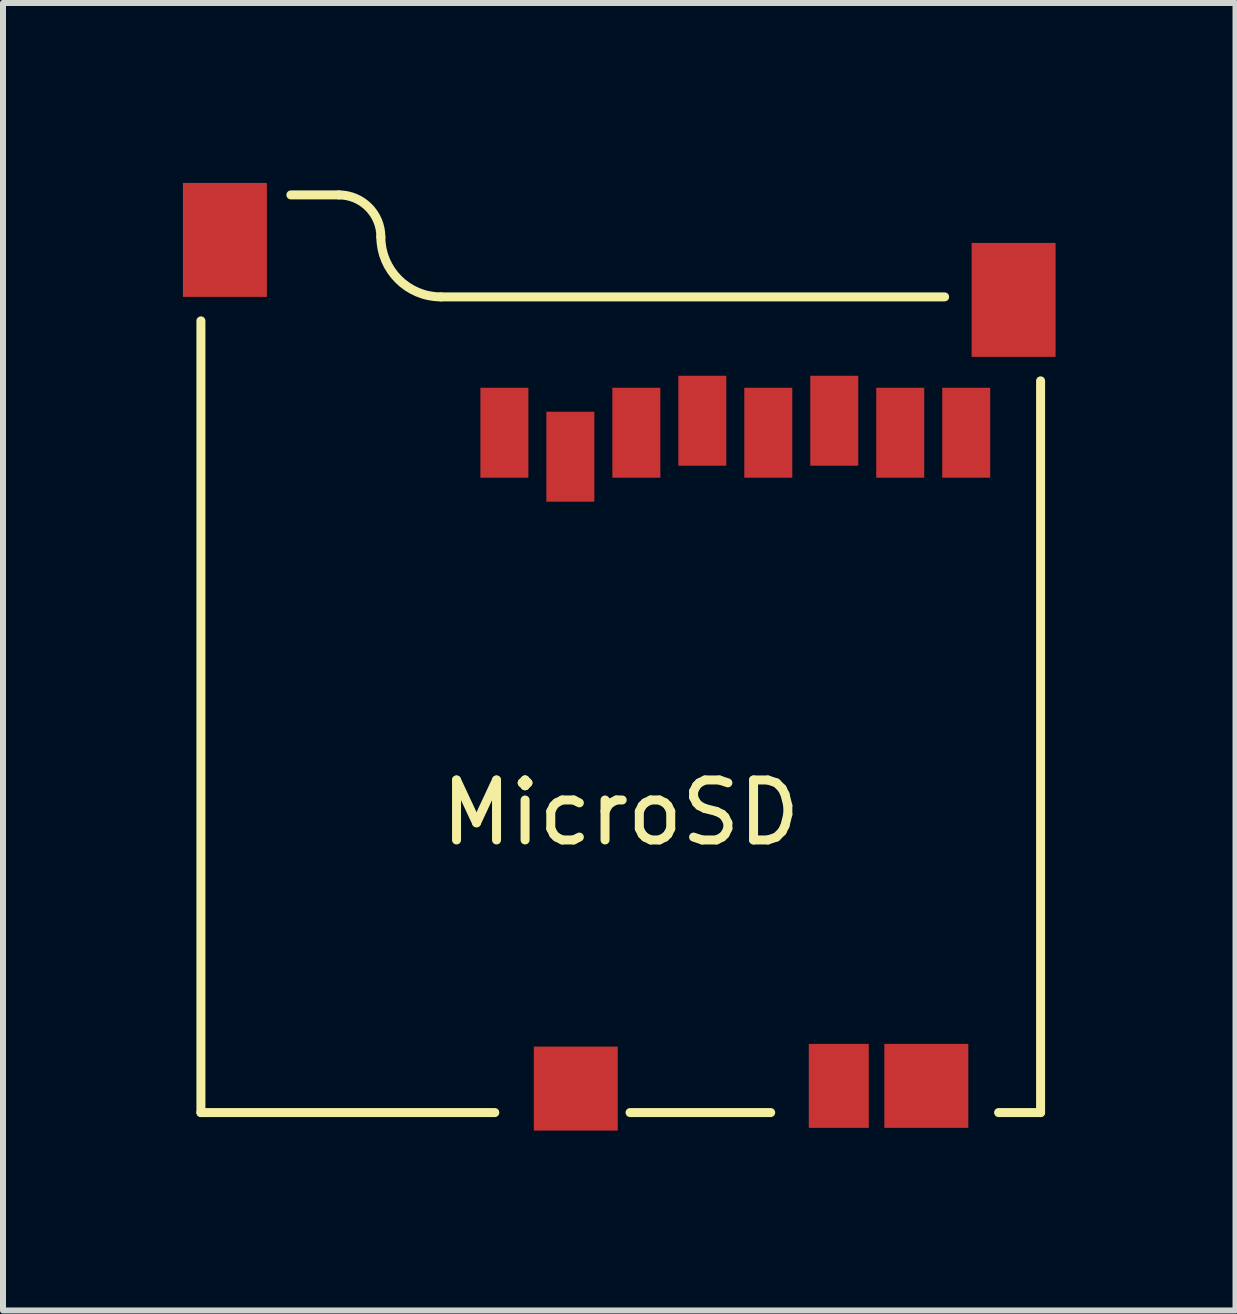
<source format=kicad_pcb>
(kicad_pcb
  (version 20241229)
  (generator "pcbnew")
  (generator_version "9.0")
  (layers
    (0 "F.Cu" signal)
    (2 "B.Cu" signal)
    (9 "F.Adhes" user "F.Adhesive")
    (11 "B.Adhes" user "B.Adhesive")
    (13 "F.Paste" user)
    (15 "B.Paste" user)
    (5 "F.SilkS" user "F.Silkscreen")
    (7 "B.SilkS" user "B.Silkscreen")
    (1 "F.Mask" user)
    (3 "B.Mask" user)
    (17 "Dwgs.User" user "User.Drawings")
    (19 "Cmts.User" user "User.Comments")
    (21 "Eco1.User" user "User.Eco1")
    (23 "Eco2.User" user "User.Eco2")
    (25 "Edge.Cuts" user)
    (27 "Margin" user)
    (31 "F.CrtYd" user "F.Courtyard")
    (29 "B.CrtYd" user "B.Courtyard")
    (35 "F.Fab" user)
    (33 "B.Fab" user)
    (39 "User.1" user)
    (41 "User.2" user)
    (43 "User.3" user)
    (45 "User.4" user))
  (footprint "MicroSD"
    (layer "F.Cu")
    (at 14.3 15.5)
    (property "Reference" "MicroSD" (at -7 -5 0) (layer "F.SilkS") (effects (font (size 1 1) (thickness 0.15))))
    (attr through_hole)
    (fp_line (start -14 0) (end -14 -13.2) (stroke (width 0.15) (type solid)) (layer "F.SilkS"))
    (fp_line (start -14 0) (end -9.1 0) (stroke (width 0.15) (type solid)) (layer "F.SilkS"))
    (fp_line (start -12.5 -15.3) (end -11.7 -15.3) (stroke (width 0.15) (type solid)) (layer "F.SilkS"))
    (fp_line (start -10 -13.6) (end -1.6 -13.6) (stroke (width 0.15) (type solid)) (layer "F.SilkS"))
    (fp_line (start -6.845 0) (end -4.5 0) (stroke (width 0.15) (type solid)) (layer "F.SilkS"))
    (fp_line (start -0.7 0) (end 0 0) (stroke (width 0.15) (type solid)) (layer "F.SilkS"))
    (fp_line (start 0 0) (end 0 -12.2) (stroke (width 0.15) (type solid)) (layer "F.SilkS"))
    (fp_arc (start -11.7 -15.3) (mid -11.205025 -15.094975) (end -11 -14.6) (stroke (width 0.15) (type solid)) (layer "F.SilkS"))
    (fp_arc (start -10 -13.6) (mid -10.707107 -13.892893) (end -11 -14.6) (stroke (width 0.15) (type solid)) (layer "F.SilkS"))
    (pad "1" smd rect (at -8.94 -11.335 90) (size 1.5 0.8) (layers "F.Cu" "F.Mask" "F.Paste"))
    (pad "2" smd rect (at -7.84 -10.935 90) (size 1.5 0.8) (layers "F.Cu" "F.Mask" "F.Paste"))
    (pad "3" smd rect (at -6.74 -11.335 90) (size 1.5 0.8) (layers "F.Cu" "F.Mask" "F.Paste"))
    (pad "4" smd rect (at -5.64 -11.535 90) (size 1.5 0.8) (layers "F.Cu" "F.Mask" "F.Paste"))
    (pad "5" smd rect (at -4.54 -11.335 90) (size 1.5 0.8) (layers "F.Cu" "F.Mask" "F.Paste"))
    (pad "6" smd rect (at -3.44 -11.535 90) (size 1.5 0.8) (layers "F.Cu" "F.Mask" "F.Paste"))
    (pad "7" smd rect (at -2.34 -11.335 90) (size 1.5 0.8) (layers "F.Cu" "F.Mask" "F.Paste"))
    (pad "8" smd rect (at -1.24 -11.335 90) (size 1.5 0.8) (layers "F.Cu" "F.Mask" "F.Paste"))
    (pad "9" smd rect (at -3.365 -0.445) (size 1 1.4) (layers "F.Cu" "F.Mask" "F.Paste"))
    (pad "10" smd rect (at -13.6 -14.55 90) (size 1.9 1.4) (layers "F.Cu" "F.Mask" "F.Paste"))
    (pad "10" smd rect (at -7.75 -0.4) (size 1.4 1.4) (layers "F.Cu" "F.Mask" "F.Paste"))
    (pad "10" smd rect (at -1.905 -0.445) (size 1.4 1.4) (layers "F.Cu" "F.Mask" "F.Paste"))
    (pad "10" smd rect (at -0.45 -13.55 90) (size 1.9 1.4) (layers "F.Cu" "F.Mask" "F.Paste")))
  (gr_rect
    (start -3 -3)
    (end 17.55 18.8)
    (stroke (width 0.1) (type default))
    (fill no)
    (layer "Edge.Cuts")))
</source>
